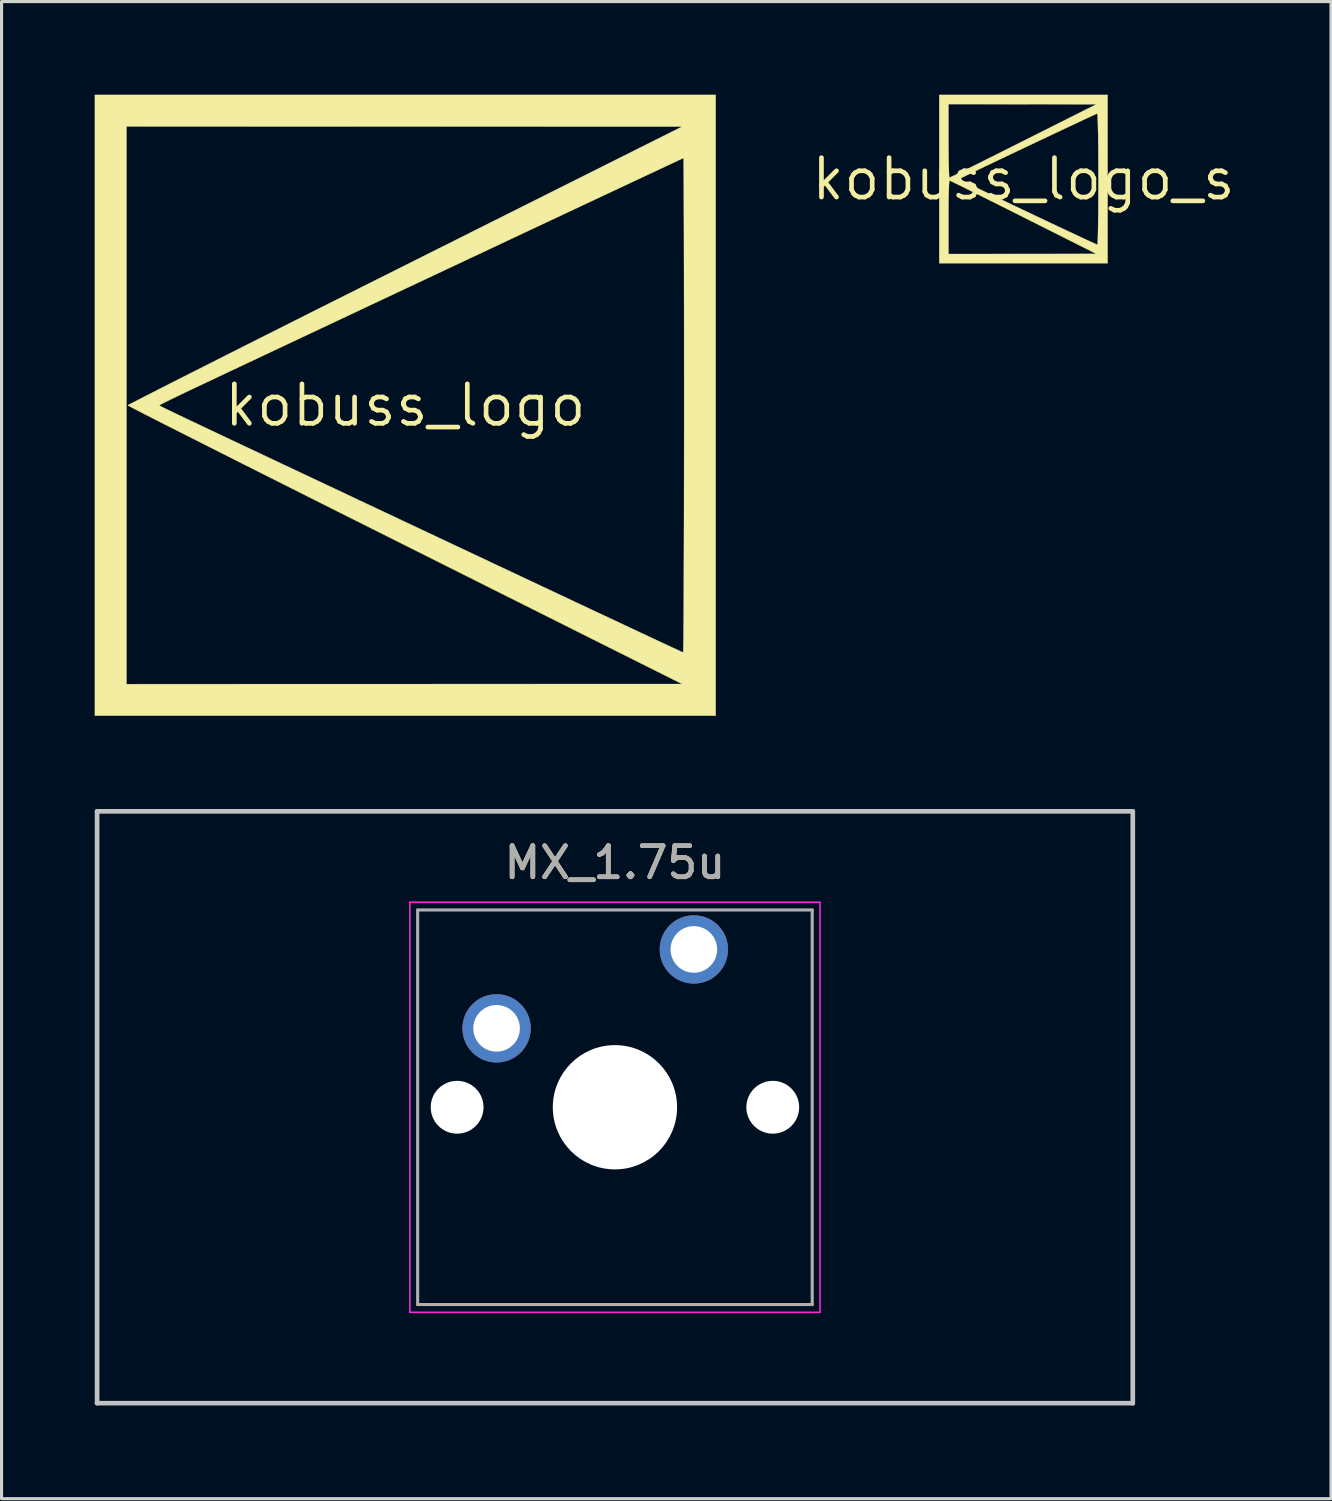
<source format=kicad_pcb>
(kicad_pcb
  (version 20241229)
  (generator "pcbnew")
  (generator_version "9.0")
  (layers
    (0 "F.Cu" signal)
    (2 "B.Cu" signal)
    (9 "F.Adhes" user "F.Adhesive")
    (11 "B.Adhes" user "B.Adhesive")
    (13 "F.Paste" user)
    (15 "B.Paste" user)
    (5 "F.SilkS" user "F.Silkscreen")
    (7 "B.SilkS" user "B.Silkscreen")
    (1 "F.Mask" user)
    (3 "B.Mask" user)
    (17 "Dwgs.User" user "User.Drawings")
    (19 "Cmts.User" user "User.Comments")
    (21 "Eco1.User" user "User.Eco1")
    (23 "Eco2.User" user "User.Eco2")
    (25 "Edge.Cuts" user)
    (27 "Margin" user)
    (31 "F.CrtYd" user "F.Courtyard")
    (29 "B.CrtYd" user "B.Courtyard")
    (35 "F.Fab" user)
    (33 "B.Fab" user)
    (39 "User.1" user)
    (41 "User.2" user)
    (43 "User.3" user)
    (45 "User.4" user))
  (footprint "MX_1.75u"
    (layer "F.Cu")
    (at 16.744 32.591)
    (property "Reference" "MX_1.75u" (at 0 -7.874 0) (layer "F.SilkS") (effects (font (size 1 1) (thickness 0.15))))
    (attr through_hole)
    (fp_line (start -16.669 -9.525) (end 16.669 -9.525) (stroke (width 0.15) (type solid)) (layer "Dwgs.User"))
    (fp_line (start -16.669 9.525) (end -16.669 -9.525) (stroke (width 0.15) (type solid)) (layer "Dwgs.User"))
    (fp_line (start 16.669 -9.525) (end 16.669 9.525) (stroke (width 0.15) (type solid)) (layer "Dwgs.User"))
    (fp_line (start 16.669 9.525) (end -16.669 9.525) (stroke (width 0.15) (type solid)) (layer "Dwgs.User"))
    (fp_line (start -6.6 -6.6) (end 6.6 -6.6) (stroke (width 0.05) (type solid)) (layer "F.CrtYd"))
    (fp_line (start -6.6 6.6) (end -6.6 -6.6) (stroke (width 0.05) (type solid)) (layer "F.CrtYd"))
    (fp_line (start 6.6 -6.6) (end 6.6 6.6) (stroke (width 0.05) (type solid)) (layer "F.CrtYd"))
    (fp_line (start 6.6 6.6) (end -6.6 6.6) (stroke (width 0.05) (type solid)) (layer "F.CrtYd"))
    (fp_line (start -6.35 -6.35) (end 6.35 -6.35) (stroke (width 0.1) (type solid)) (layer "F.Fab"))
    (fp_line (start -6.35 6.35) (end -6.35 -6.35) (stroke (width 0.1) (type solid)) (layer "F.Fab"))
    (fp_line (start 6.35 -6.35) (end 6.35 6.35) (stroke (width 0.1) (type solid)) (layer "F.Fab"))
    (fp_line (start 6.35 6.35) (end -6.35 6.35) (stroke (width 0.1) (type solid)) (layer "F.Fab"))
    (fp_text user "${REFERENCE}" (at 0 -7.874 0) (layer "F.Fab") (effects (font (size 1 1) (thickness 0.15))))
    (pad "" np_thru_hole circle (at -5.08 0) (size 1.7 1.7) (drill 1.7) (layers "*.Cu" "*.Mask"))
    (pad "" np_thru_hole circle (at 0 0) (size 4 4) (drill 4) (layers "*.Cu" "*.Mask"))
    (pad "" np_thru_hole circle (at 5.08 0) (size 1.7 1.7) (drill 1.7) (layers "*.Cu" "*.Mask"))
    (pad "1" thru_hole circle (at 2.54 -5.08) (size 2.2 2.2) (drill 1.5) (layers "*.Cu" "*.Mask"))
    (pad "2" thru_hole circle (at -3.81 -2.54) (size 2.2 2.2) (drill 1.5) (layers "*.Cu" "*.Mask")))
  (footprint "kobuss_logo_s"
    (layer "F.Cu")
    (at 29.893 2.714)
    (property "Reference" "kobuss_logo_s" (at 0 0 0) (layer "F.SilkS") (effects (font (size 1.27 1.27) (thickness 0.15))))
    (attr through_hole)
    (fp_poly (pts (xy 2.409 -2.145) (xy 2.42 -2.114) (xy 2.43 -2.053) (xy 2.437 -1.955) (xy 2.443 -1.813) (xy 2.448 -1.622) (xy 2.451 -1.374) (xy 2.453 -1.064) (xy 2.455 -0.685) (xy 2.455 -0.23) (xy 2.455 -0.003) (xy 2.455 0.499) (xy 2.454 0.923) (xy 2.451 1.273) (xy 2.448 1.556) (xy 2.443 1.777) (xy 2.437 1.941) (xy 2.429 2.055) (xy 2.419 2.124) (xy 2.408 2.153) (xy 2.402 2.156) (xy 2.356 2.137) (xy 2.239 2.086) (xy 2.06 2.005) (xy 1.825 1.897) (xy 1.54 1.765) (xy 1.214 1.613) (xy 0.853 1.444) (xy 0.463 1.261) (xy 0.095 1.088) (xy -0.312 0.895) (xy -0.696 0.712) (xy -1.05 0.544) (xy -1.367 0.392) (xy -1.639 0.26) (xy -1.862 0.152) (xy -2.027 0.07) (xy -2.128 0.018) (xy -2.159 -0.000164) (xy -2.122 -0.021) (xy -2.016 -0.075) (xy -1.85 -0.156) (xy -1.632 -0.262) (xy -1.369 -0.388) (xy -1.071 -0.531) (xy -0.744 -0.686) (xy -0.398 -0.851) (xy -0.04 -1.02) (xy 0.322 -1.191) (xy 0.679 -1.359) (xy 1.024 -1.521) (xy 1.347 -1.672) (xy 1.642 -1.81) (xy 1.899 -1.929) (xy 2.112 -2.027) (xy 2.271 -2.099) (xy 2.368 -2.141) (xy 2.395 -2.152) (xy 2.409 -2.145)) (stroke (width 0.01) (type solid)) (fill yes) (layer "F.Mask"))
    (fp_poly (pts (xy 0.424 -2.455) (xy 0.843 -2.453) (xy 1.228 -2.451) (xy 1.572 -2.447) (xy 1.867 -2.443) (xy 2.106 -2.439) (xy 2.282 -2.434) (xy 2.386 -2.428) (xy 2.413 -2.423) (xy 2.376 -2.399) (xy 2.27 -2.341) (xy 2.101 -2.251) (xy 1.875 -2.134) (xy 1.599 -1.992) (xy 1.279 -1.829) (xy 0.922 -1.649) (xy 0.534 -1.453) (xy 0.122 -1.246) (xy 0.042 -1.206) (xy -0.374 -0.998) (xy -0.767 -0.801) (xy -1.13 -0.618) (xy -1.457 -0.452) (xy -1.742 -0.307) (xy -1.977 -0.187) (xy -2.158 -0.093) (xy -2.277 -0.03) (xy -2.327 -0.001) (xy -2.328 0) (xy -2.292 0.022) (xy -2.185 0.079) (xy -2.016 0.167) (xy -1.79 0.283) (xy -1.515 0.423) (xy -1.195 0.585) (xy -0.838 0.765) (xy -0.45 0.96) (xy -0.038 1.166) (xy 0.042 1.206) (xy 0.459 1.415) (xy 0.852 1.613) (xy 1.215 1.797) (xy 1.542 1.963) (xy 1.827 2.109) (xy 2.062 2.231) (xy 2.243 2.326) (xy 2.361 2.391) (xy 2.412 2.422) (xy 2.413 2.423) (xy 2.372 2.429) (xy 2.254 2.435) (xy 2.066 2.44) (xy 1.815 2.444) (xy 1.51 2.448) (xy 1.158 2.451) (xy 0.766 2.454) (xy 0.341 2.455) (xy -0.021 2.455) (xy -2.455 2.455) (xy -2.455 -2.455) (xy -0.021 -2.455) (xy 0.424 -2.455)) (stroke (width 0.01) (type solid)) (fill yes) (layer "F.Mask"))
    (fp_poly (pts (xy 2.709 2.709) (xy -2.709 2.709) (xy -2.709 1.228) (xy -2.413 1.228) (xy -2.413 2.413) (xy 2.349 2.408) (xy 0 1.228) (xy -0.415 1.019) (xy -0.807 0.823) (xy -1.171 0.641) (xy -1.499 0.477) (xy -1.785 0.335) (xy -2.023 0.218) (xy -2.206 0.128) (xy -2.327 0.069) (xy -2.38 0.045) (xy -2.381 0.045) (xy -2.389 0.085) (xy -2.397 0.198) (xy -2.403 0.376) (xy -2.408 0.606) (xy -2.412 0.877) (xy -2.413 1.18) (xy -2.413 1.228) (xy -2.709 1.228) (xy -2.709 0) (xy -2.071 0) (xy -2.034 0.021) (xy -1.929 0.074) (xy -1.764 0.155) (xy -1.546 0.26) (xy -1.284 0.386) (xy -0.987 0.528) (xy -0.663 0.683) (xy -0.32 0.847) (xy 0.035 1.015) (xy 0.392 1.185) (xy 0.744 1.351) (xy 1.082 1.511) (xy 1.399 1.66) (xy 1.685 1.794) (xy 1.933 1.91) (xy 2.134 2.003) (xy 2.281 2.07) (xy 2.365 2.107) (xy 2.381 2.113) (xy 2.387 2.072) (xy 2.393 1.956) (xy 2.399 1.77) (xy 2.403 1.524) (xy 2.407 1.225) (xy 2.41 0.881) (xy 2.412 0.501) (xy 2.413 0.091) (xy 2.413 -0.004) (xy 2.412 -0.433) (xy 2.41 -0.829) (xy 2.407 -1.186) (xy 2.403 -1.495) (xy 2.397 -1.749) (xy 2.391 -1.941) (xy 2.384 -2.063) (xy 2.377 -2.109) (xy 2.376 -2.11) (xy 2.312 -2.082) (xy 2.183 -2.023) (xy 1.997 -1.937) (xy 1.762 -1.827) (xy 1.486 -1.697) (xy 1.178 -1.552) (xy 0.846 -1.395) (xy 0.497 -1.23) (xy 0.141 -1.062) (xy -0.215 -0.893) (xy -0.563 -0.727) (xy -0.894 -0.57) (xy -1.2 -0.424) (xy -1.472 -0.293) (xy -1.704 -0.182) (xy -1.886 -0.093) (xy -2.01 -0.032) (xy -2.068 -0.002) (xy -2.071 0) (xy -2.709 0) (xy -2.709 -1.228) (xy -2.413 -1.228) (xy -2.412 -0.921) (xy -2.409 -0.644) (xy -2.404 -0.407) (xy -2.398 -0.221) (xy -2.391 -0.097) (xy -2.383 -0.045) (xy -2.381 -0.045) (xy -2.339 -0.064) (xy -2.227 -0.117) (xy -2.053 -0.203) (xy -1.823 -0.316) (xy -1.544 -0.455) (xy -1.221 -0.616) (xy -0.862 -0.795) (xy -0.474 -0.99) (xy -0.062 -1.197) (xy 0 -1.228) (xy 2.349 -2.408) (xy -2.413 -2.413) (xy -2.413 -1.228) (xy -2.709 -1.228) (xy -2.709 -2.709) (xy 2.709 -2.709) (xy 2.709 2.709)) (stroke (width 0.01) (type solid)) (fill yes) (layer "F.SilkS")))
  (footprint "kobuss_logo"
    (layer "F.Cu")
    (at 9.996 9.996)
    (property "Reference" "kobuss_logo" (at 0 0 0) (layer "F.SilkS") (effects (font (size 1.27 1.27) (thickness 0.15))))
    (attr through_hole)
    (fp_poly (pts (xy 8.988 -7.959) (xy 8.992 -7.837) (xy 8.995 -7.639) (xy 8.998 -7.368) (xy 9 -7.029) (xy 9.003 -6.625) (xy 9.005 -6.162) (xy 9.008 -5.643) (xy 9.01 -5.073) (xy 9.012 -4.455) (xy 9.013 -3.793) (xy 9.015 -3.092) (xy 9.016 -2.356) (xy 9.016 -1.589) (xy 9.017 -0.795) (xy 9.017 0) (xy 9.017 1.001) (xy 9.017 1.92) (xy 9.016 2.76) (xy 9.015 3.525) (xy 9.014 4.217) (xy 9.013 4.84) (xy 9.011 5.396) (xy 9.009 5.889) (xy 9.007 6.321) (xy 9.004 6.696) (xy 9.001 7.017) (xy 8.997 7.286) (xy 8.993 7.507) (xy 8.989 7.683) (xy 8.984 7.817) (xy 8.979 7.911) (xy 8.973 7.97) (xy 8.966 7.995) (xy 8.964 7.997) (xy 8.921 7.978) (xy 8.805 7.926) (xy 8.62 7.84) (xy 8.368 7.723) (xy 8.054 7.577) (xy 7.681 7.402) (xy 7.251 7.202) (xy 6.77 6.976) (xy 6.24 6.728) (xy 5.664 6.458) (xy 5.047 6.168) (xy 4.392 5.86) (xy 3.701 5.535) (xy 2.98 5.196) (xy 2.23 4.843) (xy 1.456 4.479) (xy 0.661 4.104) (xy 0.455 4.007) (xy -0.344 3.631) (xy -1.123 3.263) (xy -1.877 2.907) (xy -2.605 2.564) (xy -3.301 2.235) (xy -3.963 1.922) (xy -4.588 1.626) (xy -5.171 1.35) (xy -5.71 1.095) (xy -6.201 0.862) (xy -6.64 0.654) (xy -7.024 0.471) (xy -7.349 0.316) (xy -7.613 0.19) (xy -7.811 0.094) (xy -7.941 0.031) (xy -7.998 0.002) (xy -8.001 0) (xy -7.963 -0.02) (xy -7.853 -0.073) (xy -7.675 -0.159) (xy -7.433 -0.275) (xy -7.131 -0.419) (xy -6.773 -0.589) (xy -6.364 -0.783) (xy -5.907 -0.999) (xy -5.408 -1.235) (xy -4.87 -1.49) (xy -4.297 -1.76) (xy -3.694 -2.045) (xy -3.064 -2.342) (xy -2.413 -2.65) (xy -1.743 -2.965) (xy -1.061 -3.287) (xy -0.368 -3.613) (xy 0.329 -3.942) (xy 1.027 -4.271) (xy 1.722 -4.598) (xy 2.41 -4.922) (xy 3.086 -5.24) (xy 3.747 -5.551) (xy 4.387 -5.852) (xy 5.003 -6.141) (xy 5.59 -6.417) (xy 6.145 -6.677) (xy 6.663 -6.92) (xy 7.14 -7.144) (xy 7.572 -7.346) (xy 7.954 -7.525) (xy 8.283 -7.678) (xy 8.554 -7.804) (xy 8.763 -7.901) (xy 8.905 -7.966) (xy 8.977 -7.998) (xy 8.985 -8.001) (xy 8.988 -7.959)) (stroke (width 0.01) (type solid)) (fill yes) (layer "F.Mask"))
    (fp_poly (pts (xy 0.87 -9.017) (xy 1.714 -9.016) (xy 2.531 -9.016) (xy 3.318 -9.015) (xy 4.071 -9.014) (xy 4.785 -9.012) (xy 5.457 -9.01) (xy 6.083 -9.009) (xy 6.658 -9.007) (xy 7.18 -9.004) (xy 7.645 -9.002) (xy 8.047 -8.999) (xy 8.384 -8.997) (xy 8.652 -8.994) (xy 8.847 -8.991) (xy 8.965 -8.988) (xy 9.002 -8.985) (xy 8.962 -8.964) (xy 8.851 -8.906) (xy 8.67 -8.814) (xy 8.423 -8.689) (xy 8.114 -8.532) (xy 7.746 -8.347) (xy 7.322 -8.133) (xy 6.845 -7.893) (xy 6.319 -7.629) (xy 5.747 -7.342) (xy 5.132 -7.034) (xy 4.479 -6.706) (xy 3.789 -6.36) (xy 3.066 -5.998) (xy 2.314 -5.622) (xy 1.536 -5.233) (xy 0.735 -4.832) (xy 0.046 -4.487) (xy -0.772 -4.079) (xy -1.569 -3.68) (xy -2.342 -3.293) (xy -3.089 -2.919) (xy -3.806 -2.56) (xy -4.489 -2.218) (xy -5.136 -1.893) (xy -5.743 -1.589) (xy -6.307 -1.306) (xy -6.824 -1.046) (xy -7.291 -0.811) (xy -7.705 -0.603) (xy -8.063 -0.422) (xy -8.361 -0.272) (xy -8.596 -0.152) (xy -8.764 -0.066) (xy -8.863 -0.015) (xy -8.89 0) (xy -8.853 0.021) (xy -8.743 0.077) (xy -8.564 0.169) (xy -8.319 0.293) (xy -8.012 0.448) (xy -7.645 0.633) (xy -7.223 0.846) (xy -6.748 1.085) (xy -6.223 1.348) (xy -5.653 1.634) (xy -5.039 1.942) (xy -4.387 2.269) (xy -3.698 2.614) (xy -2.976 2.976) (xy -2.225 3.352) (xy -1.448 3.741) (xy -0.647 4.141) (xy 0.046 4.487) (xy 0.863 4.896) (xy 1.66 5.295) (xy 2.435 5.682) (xy 3.182 6.057) (xy 3.9 6.416) (xy 4.584 6.759) (xy 5.232 7.084) (xy 5.84 7.389) (xy 6.405 7.673) (xy 6.924 7.933) (xy 7.392 8.169) (xy 7.808 8.378) (xy 8.167 8.559) (xy 8.467 8.711) (xy 8.703 8.831) (xy 8.873 8.917) (xy 8.973 8.97) (xy 9.002 8.985) (xy 8.962 8.988) (xy 8.841 8.991) (xy 8.644 8.994) (xy 8.373 8.997) (xy 8.034 9) (xy 7.629 9.002) (xy 7.162 9.004) (xy 6.638 9.007) (xy 6.061 9.009) (xy 5.433 9.011) (xy 4.76 9.012) (xy 4.044 9.014) (xy 3.291 9.015) (xy 2.502 9.016) (xy 1.684 9.016) (xy 0.839 9.017) (xy 0.002 9.017) (xy -9.017 9.017) (xy -9.017 -9.017) (xy 0.002 -9.017) (xy 0.87 -9.017)) (stroke (width 0.01) (type solid)) (fill yes) (layer "F.Mask"))
    (fp_poly (pts (xy 9.991 9.991) (xy -9.991 9.991) (xy -9.991 8.975) (xy -8.975 8.975) (xy -0.032 8.973) (xy 8.911 8.971) (xy -0.011 4.504) (xy -0.827 4.095) (xy -1.623 3.696) (xy -2.396 3.309) (xy -3.142 2.934) (xy -3.859 2.574) (xy -4.541 2.231) (xy -5.187 1.906) (xy -5.794 1.6) (xy -6.356 1.316) (xy -6.873 1.055) (xy -7.339 0.819) (xy -7.753 0.61) (xy -8.11 0.428) (xy -8.407 0.277) (xy -8.641 0.156) (xy -8.808 0.069) (xy -8.906 0.017) (xy -8.932 0.001) (xy -8.93 -0.000148) (xy -7.916 -0.000148) (xy -7.914 0.004) (xy -7.907 0.01) (xy -7.892 0.019) (xy -7.865 0.034) (xy -7.825 0.055) (xy -7.769 0.083) (xy -7.692 0.121) (xy -7.594 0.169) (xy -7.471 0.228) (xy -7.32 0.301) (xy -7.138 0.387) (xy -6.923 0.49) (xy -6.671 0.609) (xy -6.38 0.747) (xy -6.048 0.904) (xy -5.67 1.083) (xy -5.246 1.283) (xy -4.77 1.507) (xy -4.242 1.757) (xy -3.658 2.032) (xy -3.015 2.335) (xy -2.31 2.667) (xy -1.541 3.03) (xy -0.704 3.424) (xy 0.202 3.851) (xy 1.181 4.312) (xy 1.524 4.474) (xy 2.271 4.825) (xy 2.997 5.167) (xy 3.699 5.498) (xy 4.373 5.815) (xy 5.016 6.117) (xy 5.623 6.403) (xy 6.192 6.67) (xy 6.718 6.917) (xy 7.197 7.142) (xy 7.626 7.343) (xy 8.002 7.519) (xy 8.32 7.668) (xy 8.576 7.787) (xy 8.768 7.876) (xy 8.891 7.933) (xy 8.942 7.956) (xy 8.943 7.956) (xy 8.946 7.915) (xy 8.949 7.793) (xy 8.952 7.595) (xy 8.955 7.324) (xy 8.958 6.985) (xy 8.961 6.582) (xy 8.963 6.12) (xy 8.965 5.601) (xy 8.967 5.032) (xy 8.969 4.414) (xy 8.971 3.753) (xy 8.972 3.053) (xy 8.973 2.318) (xy 8.974 1.552) (xy 8.975 0.759) (xy 8.975 0) (xy 8.975 -0.814) (xy 8.974 -1.605) (xy 8.974 -2.37) (xy 8.973 -3.103) (xy 8.972 -3.8) (xy 8.971 -4.458) (xy 8.97 -5.073) (xy 8.969 -5.639) (xy 8.967 -6.154) (xy 8.966 -6.613) (xy 8.964 -7.012) (xy 8.962 -7.346) (xy 8.96 -7.612) (xy 8.958 -7.806) (xy 8.956 -7.923) (xy 8.954 -7.959) (xy 8.915 -7.941) (xy 8.803 -7.889) (xy 8.624 -7.805) (xy 8.38 -7.691) (xy 8.077 -7.549) (xy 7.719 -7.381) (xy 7.309 -7.189) (xy 6.853 -6.975) (xy 6.354 -6.741) (xy 5.816 -6.488) (xy 5.245 -6.22) (xy 4.644 -5.937) (xy 4.017 -5.643) (xy 3.369 -5.338) (xy 2.704 -5.025) (xy 2.027 -4.707) (xy 1.34 -4.384) (xy 0.65 -4.059) (xy -0.041 -3.734) (xy -0.728 -3.411) (xy -1.406 -3.092) (xy -2.071 -2.778) (xy -2.719 -2.473) (xy -3.346 -2.178) (xy -3.948 -1.894) (xy -4.52 -1.625) (xy -5.058 -1.371) (xy -5.557 -1.136) (xy -6.014 -0.92) (xy -6.425 -0.726) (xy -6.763 -0.567) (xy -7.051 -0.43) (xy -7.313 -0.304) (xy -7.54 -0.194) (xy -7.721 -0.104) (xy -7.848 -0.04) (xy -7.911 -0.005) (xy -7.916 -0.000148) (xy -8.93 -0.000148) (xy -8.895 -0.021) (xy -8.785 -0.079) (xy -8.606 -0.172) (xy -8.362 -0.298) (xy -8.054 -0.454) (xy -7.688 -0.641) (xy -7.266 -0.855) (xy -6.791 -1.095) (xy -6.266 -1.36) (xy -5.696 -1.648) (xy -5.083 -1.957) (xy -4.431 -2.285) (xy -3.742 -2.631) (xy -3.021 -2.994) (xy -2.27 -3.371) (xy -1.493 -3.76) (xy -0.693 -4.161) (xy -0.011 -4.503) (xy 8.911 -8.971) (xy -0.032 -8.973) (xy -8.975 -8.975) (xy -8.975 8.975) (xy -9.991 8.975) (xy -9.991 -9.991) (xy 9.991 -9.991) (xy 9.991 9.991)) (stroke (width 0.01) (type solid)) (fill yes) (layer "F.SilkS")))
  (gr_rect
    (start -3 -3)
    (end 39.794 45.191)
    (stroke (width 0.1) (type default))
    (fill no)
    (layer "Edge.Cuts")))
</source>
